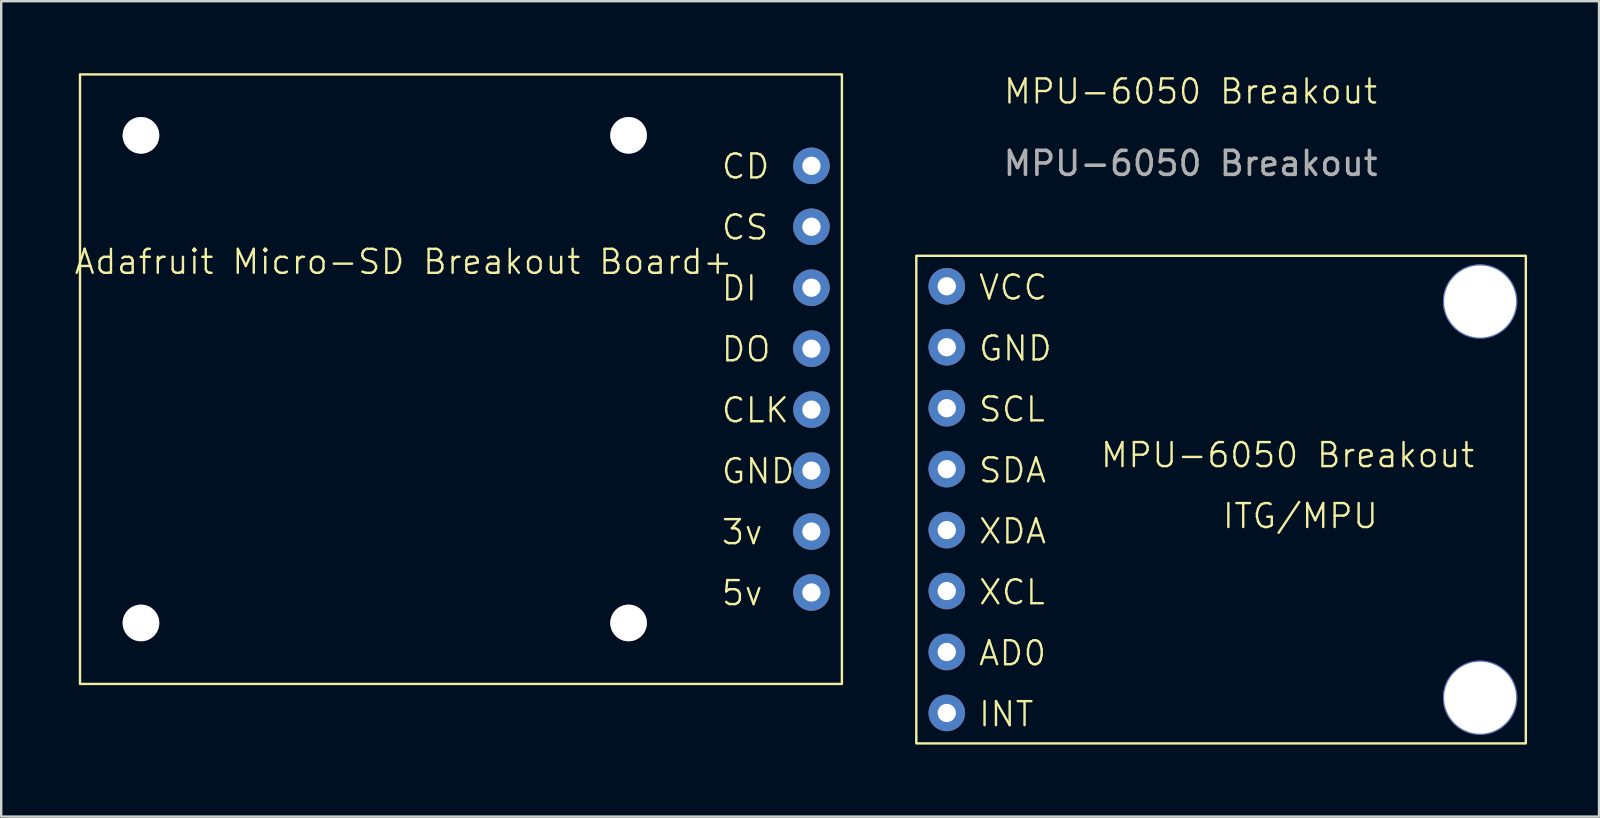
<source format=kicad_pcb>
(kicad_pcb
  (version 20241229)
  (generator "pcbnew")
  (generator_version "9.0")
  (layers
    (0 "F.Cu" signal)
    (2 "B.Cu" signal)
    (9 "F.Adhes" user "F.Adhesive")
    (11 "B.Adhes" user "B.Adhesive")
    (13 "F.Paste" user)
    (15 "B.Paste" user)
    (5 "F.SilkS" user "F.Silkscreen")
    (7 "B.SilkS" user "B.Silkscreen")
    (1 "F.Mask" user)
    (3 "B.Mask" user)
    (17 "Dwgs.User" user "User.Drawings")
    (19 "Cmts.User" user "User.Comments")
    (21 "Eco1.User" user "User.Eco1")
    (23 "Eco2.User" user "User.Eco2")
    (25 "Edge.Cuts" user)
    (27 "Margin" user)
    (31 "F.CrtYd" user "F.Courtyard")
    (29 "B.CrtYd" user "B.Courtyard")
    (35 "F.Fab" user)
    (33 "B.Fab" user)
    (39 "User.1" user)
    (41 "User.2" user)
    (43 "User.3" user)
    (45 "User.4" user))
  (footprint "Adafruit Micro-SD Breakout Board+"
    (layer "F.Cu")
    (at 30.764 3.86)
    (property "Reference" "Adafruit Micro-SD Breakout Board+" (at -17 4 0) (unlocked yes) (layer "F.SilkS") (effects (font (size 1 1) (thickness 0.1))))
    (attr through_hole)
    (fp_rect (start -30.48 -3.81) (end 1.27 21.59) (stroke (width 0.1) (type default)) (fill no) (layer "F.SilkS"))
    (fp_text user "DO" (at -3.81 8.23 0) (unlocked yes) (layer "F.SilkS") (effects (font (size 1 1) (thickness 0.1)) (justify left bottom)))
    (fp_text user "GND" (at -3.81 13.31 0) (unlocked yes) (layer "F.SilkS") (effects (font (size 1 1) (thickness 0.1)) (justify left bottom)))
    (fp_text user "CLK" (at -3.81 10.77 0) (unlocked yes) (layer "F.SilkS") (effects (font (size 1 1) (thickness 0.1)) (justify left bottom)))
    (fp_text user "DI" (at -3.81 5.69 0) (unlocked yes) (layer "F.SilkS") (effects (font (size 1 1) (thickness 0.1)) (justify left bottom)))
    (fp_text user "CS" (at -3.81 3.15 0) (unlocked yes) (layer "F.SilkS") (effects (font (size 1 1) (thickness 0.1)) (justify left bottom)))
    (fp_text user "CD" (at -3.81 0.61 0) (unlocked yes) (layer "F.SilkS") (effects (font (size 1 1) (thickness 0.1)) (justify left bottom)))
    (fp_text user "3v" (at -3.81 15.85 0) (unlocked yes) (layer "F.SilkS") (effects (font (size 1 1) (thickness 0.1)) (justify left bottom)))
    (fp_text user "5v" (at -3.81 18.39 0) (unlocked yes) (layer "F.SilkS") (effects (font (size 1 1) (thickness 0.1)) (justify left bottom)))
    (pad "1" thru_hole circle (at 0 0) (size 1.524 1.524) (drill 0.762) (layers "*.Cu" "*.Mask"))
    (pad "2" thru_hole circle (at 0 2.54) (size 1.524 1.524) (drill 0.762) (layers "*.Cu" "*.Mask"))
    (pad "3" thru_hole circle (at 0 5.08) (size 1.524 1.524) (drill 0.762) (layers "*.Cu" "*.Mask"))
    (pad "4" thru_hole circle (at 0 7.62) (size 1.524 1.524) (drill 0.762) (layers "*.Cu" "*.Mask"))
    (pad "5" thru_hole circle (at 0 10.16) (size 1.524 1.524) (drill 0.762) (layers "*.Cu" "*.Mask"))
    (pad "6" thru_hole circle (at 0 12.7) (size 1.524 1.524) (drill 0.762) (layers "*.Cu" "*.Mask"))
    (pad "7" thru_hole circle (at 0 15.24) (size 1.524 1.524) (drill 0.762) (layers "*.Cu" "*.Mask"))
    (pad "8" thru_hole circle (at 0 17.78) (size 1.524 1.524) (drill 0.762) (layers "*.Cu" "*.Mask"))
    (pad "9" thru_hole circle (at -27.94 -1.27) (size 1.524 1.524) (drill 1.524) (layers "*.Cu" "*.Mask"))
    (pad "9" thru_hole circle (at -27.94 19.05) (size 1.524 1.524) (drill 1.524) (layers "*.Cu" "*.Mask"))
    (pad "9" thru_hole circle (at -7.62 -1.27) (size 1.524 1.524) (drill 1.524) (layers "*.Cu" "*.Mask"))
    (pad "9" thru_hole circle (at -7.62 19.05) (size 1.524 1.524) (drill 1.524) (layers "*.Cu" "*.Mask")))
  (footprint "MPU-6050 Breakout"
    (layer "F.Cu")
    (at 46.564 1.26)
    (property "Reference" "MPU-6050 Breakout" (at 0 -0.5 0) (unlocked yes) (layer "F.SilkS") (effects (font (size 1 1) (thickness 0.1))))
    (attr through_hole)
    (fp_rect (start -11.43 26.67) (end 13.97 6.35) (stroke (width 0.1) (type default)) (fill no) (layer "F.SilkS"))
    (fp_text user "INT" (at -8.89 26.035 0) (unlocked yes) (layer "F.SilkS") (effects (font (size 1 1) (thickness 0.1)) (justify left bottom)))
    (fp_text user "XDA" (at -8.89 18.415 0) (unlocked yes) (layer "F.SilkS") (effects (font (size 1 1) (thickness 0.1)) (justify left bottom)))
    (fp_text user "VCC" (at -8.89 8.255 0) (unlocked yes) (layer "F.SilkS") (effects (font (size 1 1) (thickness 0.1)) (justify left bottom)))
    (fp_text user "GND" (at -8.89 10.795 0) (unlocked yes) (layer "F.SilkS") (effects (font (size 1 1) (thickness 0.1)) (justify left bottom)))
    (fp_text user "SCL" (at -8.89 13.335 0) (unlocked yes) (layer "F.SilkS") (effects (font (size 1 1) (thickness 0.1)) (justify left bottom)))
    (fp_text user "SDA" (at -8.89 15.875 0) (unlocked yes) (layer "F.SilkS") (effects (font (size 1 1) (thickness 0.1)) (justify left bottom)))
    (fp_text user "MPU-6050 Breakout" (at -3.81 15.24 0) (unlocked yes) (layer "F.SilkS") (effects (font (size 1 1) (thickness 0.1)) (justify left bottom)))
    (fp_text user "AD0" (at -8.89 23.495 0) (unlocked yes) (layer "F.SilkS") (effects (font (size 1 1) (thickness 0.1)) (justify left bottom)))
    (fp_text user "XCL" (at -8.89 20.955 0) (unlocked yes) (layer "F.SilkS") (effects (font (size 1 1) (thickness 0.1)) (justify left bottom)))
    (fp_text user "ITG/MPU" (at 1.27 17.78 0) (unlocked yes) (layer "F.SilkS") (effects (font (size 1 1) (thickness 0.1)) (justify left bottom)))
    (fp_text user "${REFERENCE}" (at 0 2.5 0) (unlocked yes) (layer "F.Fab") (effects (font (size 1 1) (thickness 0.15))))
    (pad "1" thru_hole circle (at -10.16 7.62) (size 1.524 1.524) (drill 0.762) (layers "*.Cu" "*.Mask"))
    (pad "2" thru_hole circle (at -10.16 10.16) (size 1.524 1.524) (drill 0.762) (layers "*.Cu" "*.Mask"))
    (pad "3" thru_hole circle (at -10.16 12.7) (size 1.524 1.524) (drill 0.762) (layers "*.Cu" "*.Mask"))
    (pad "4" thru_hole circle (at -10.16 15.24) (size 1.524 1.524) (drill 0.762) (layers "*.Cu" "*.Mask"))
    (pad "5" thru_hole circle (at -10.16 17.78) (size 1.524 1.524) (drill 0.762) (layers "*.Cu" "*.Mask"))
    (pad "6" thru_hole circle (at -10.16 20.32) (size 1.524 1.524) (drill 0.762) (layers "*.Cu" "*.Mask"))
    (pad "7" thru_hole circle (at -10.16 22.86) (size 1.524 1.524) (drill 0.762) (layers "*.Cu" "*.Mask"))
    (pad "8" thru_hole circle (at -10.16 25.4) (size 1.524 1.524) (drill 0.762) (layers "*.Cu" "*.Mask"))
    (pad "9" thru_hole circle (at 12.065 8.255) (size 3.1 3.1) (drill 3) (layers "*.Cu" "*.Mask"))
    (pad "10" thru_hole circle (at 12.065 24.765) (size 3.1 3.1) (drill 3) (layers "*.Cu" "*.Mask")))
  (gr_rect
    (start -3 -3)
    (end 63.584 30.98)
    (stroke (width 0.1) (type default))
    (fill no)
    (layer "Edge.Cuts")))
</source>
